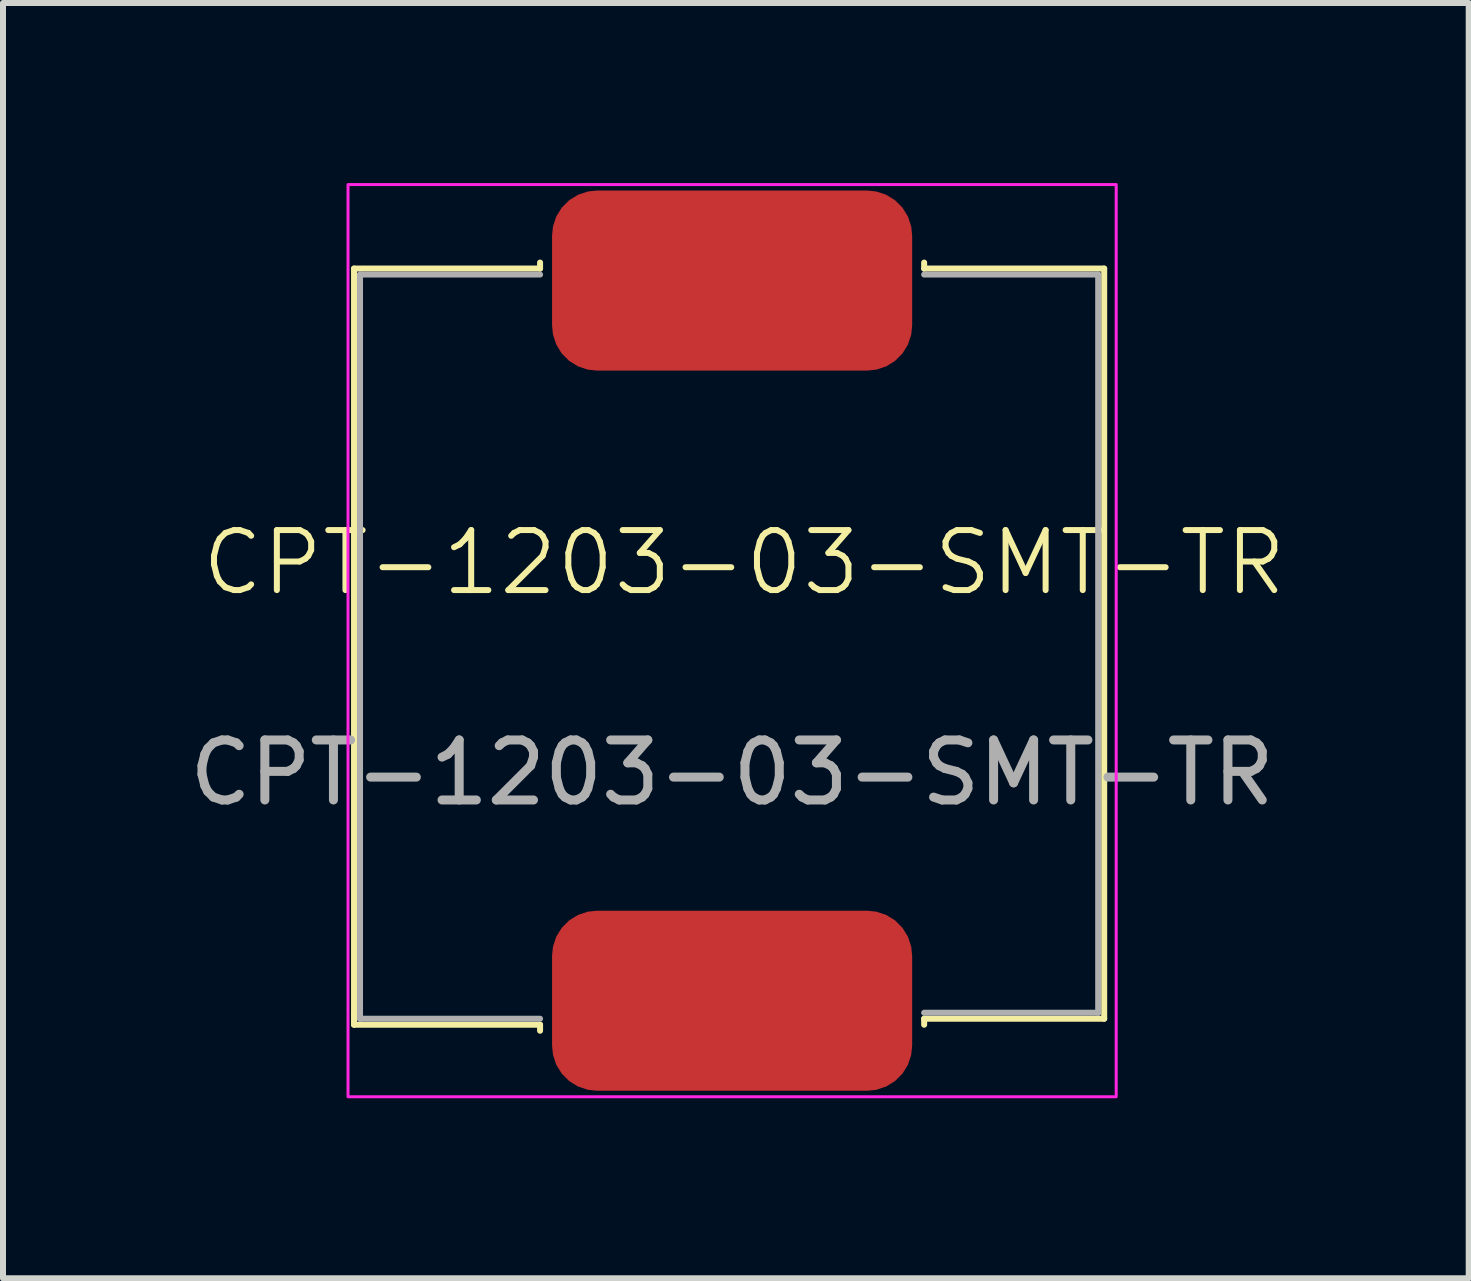
<source format=kicad_pcb>
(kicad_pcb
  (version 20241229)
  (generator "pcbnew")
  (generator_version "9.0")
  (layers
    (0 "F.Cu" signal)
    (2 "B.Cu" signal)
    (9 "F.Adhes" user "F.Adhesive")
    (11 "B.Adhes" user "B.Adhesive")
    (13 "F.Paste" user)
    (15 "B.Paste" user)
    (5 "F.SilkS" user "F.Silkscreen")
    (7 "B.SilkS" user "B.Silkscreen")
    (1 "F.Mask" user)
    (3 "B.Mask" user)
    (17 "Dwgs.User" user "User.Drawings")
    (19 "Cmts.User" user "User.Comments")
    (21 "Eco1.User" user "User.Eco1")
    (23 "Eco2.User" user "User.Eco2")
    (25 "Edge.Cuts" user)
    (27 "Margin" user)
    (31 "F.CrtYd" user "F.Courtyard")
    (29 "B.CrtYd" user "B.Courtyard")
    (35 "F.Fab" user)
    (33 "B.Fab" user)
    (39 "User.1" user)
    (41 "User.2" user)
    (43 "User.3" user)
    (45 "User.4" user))
  (footprint "CPT-1203-03-SMT-TR"
    (layer "F.Cu")
    (at 9.149 1.625)
    (property "Reference" "CPT-1203-03-SMT-TR" (at 0.2 4.7 0) (unlocked yes) (layer "F.SilkS") (effects (font (size 1 1) (thickness 0.1))))
    (attr smd)
    (fp_line (start -6.3 -0.2) (end -3.2 -0.2) (stroke (width 0.1) (type default)) (layer "F.SilkS"))
    (fp_line (start -6.3 12.2) (end -6.3 12.3) (stroke (width 0.1) (type default)) (layer "F.SilkS"))
    (fp_line (start -6.3 12.4) (end -6.3 -0.2) (stroke (width 0.1) (type default)) (layer "F.SilkS"))
    (fp_line (start -6.3 12.4) (end -3.2 12.4) (stroke (width 0.1) (type default)) (layer "F.SilkS"))
    (fp_line (start -3.2 -0.2) (end -3.2 -0.3) (stroke (width 0.1) (type default)) (layer "F.SilkS"))
    (fp_line (start -3.2 12.4) (end -3.2 12.5) (stroke (width 0.1) (type default)) (layer "F.SilkS"))
    (fp_line (start 3.2 -0.2) (end 3.2 -0.3) (stroke (width 0.1) (type default)) (layer "F.SilkS"))
    (fp_line (start 3.2 12.3) (end 6.2 12.3) (stroke (width 0.1) (type default)) (layer "F.SilkS"))
    (fp_line (start 3.2 12.4) (end 3.2 12.3) (stroke (width 0.1) (type default)) (layer "F.SilkS"))
    (fp_line (start 6.2 -0.2) (end 3.2 -0.2) (stroke (width 0.1) (type default)) (layer "F.SilkS"))
    (fp_line (start 6.2 12.3) (end 6.2 -0.2) (stroke (width 0.1) (type default)) (layer "F.SilkS"))
    (fp_rect (start -6.4 -1.6) (end 6.4 13.6) (stroke (width 0.05) (type default)) (fill no) (layer "F.CrtYd"))
    (fp_line (start -6.2 -0.1) (end -6.2 12.3) (stroke (width 0.1) (type default)) (layer "F.Fab"))
    (fp_line (start -6.2 12.3) (end -3.2 12.3) (stroke (width 0.1) (type default)) (layer "F.Fab"))
    (fp_line (start -3.2 -0.1) (end -6.2 -0.1) (stroke (width 0.1) (type default)) (layer "F.Fab"))
    (fp_line (start 3.2 12.2) (end 6.1 12.2) (stroke (width 0.1) (type default)) (layer "F.Fab"))
    (fp_line (start 6.1 -0.1) (end 3.2 -0.1) (stroke (width 0.1) (type default)) (layer "F.Fab"))
    (fp_line (start 6.1 12.2) (end 6.1 -0.1) (stroke (width 0.1) (type default)) (layer "F.Fab"))
    (fp_text user "${REFERENCE}" (at 0 8.2 0) (unlocked yes) (layer "F.Fab") (effects (font (size 1 1) (thickness 0.15))))
    (pad "1" smd roundrect (at 0 0) (size 6 3) (layers "F.Cu" "F.Mask" "F.Paste") (roundrect_rratio 0.25))
    (pad "2" smd roundrect (at 0 12) (size 6 3) (layers "F.Cu" "F.Mask" "F.Paste") (roundrect_rratio 0.25)))
  (gr_rect
    (start -3 -3)
    (end 21.423 18.25)
    (stroke (width 0.1) (type default))
    (fill no)
    (layer "Edge.Cuts")))
</source>
